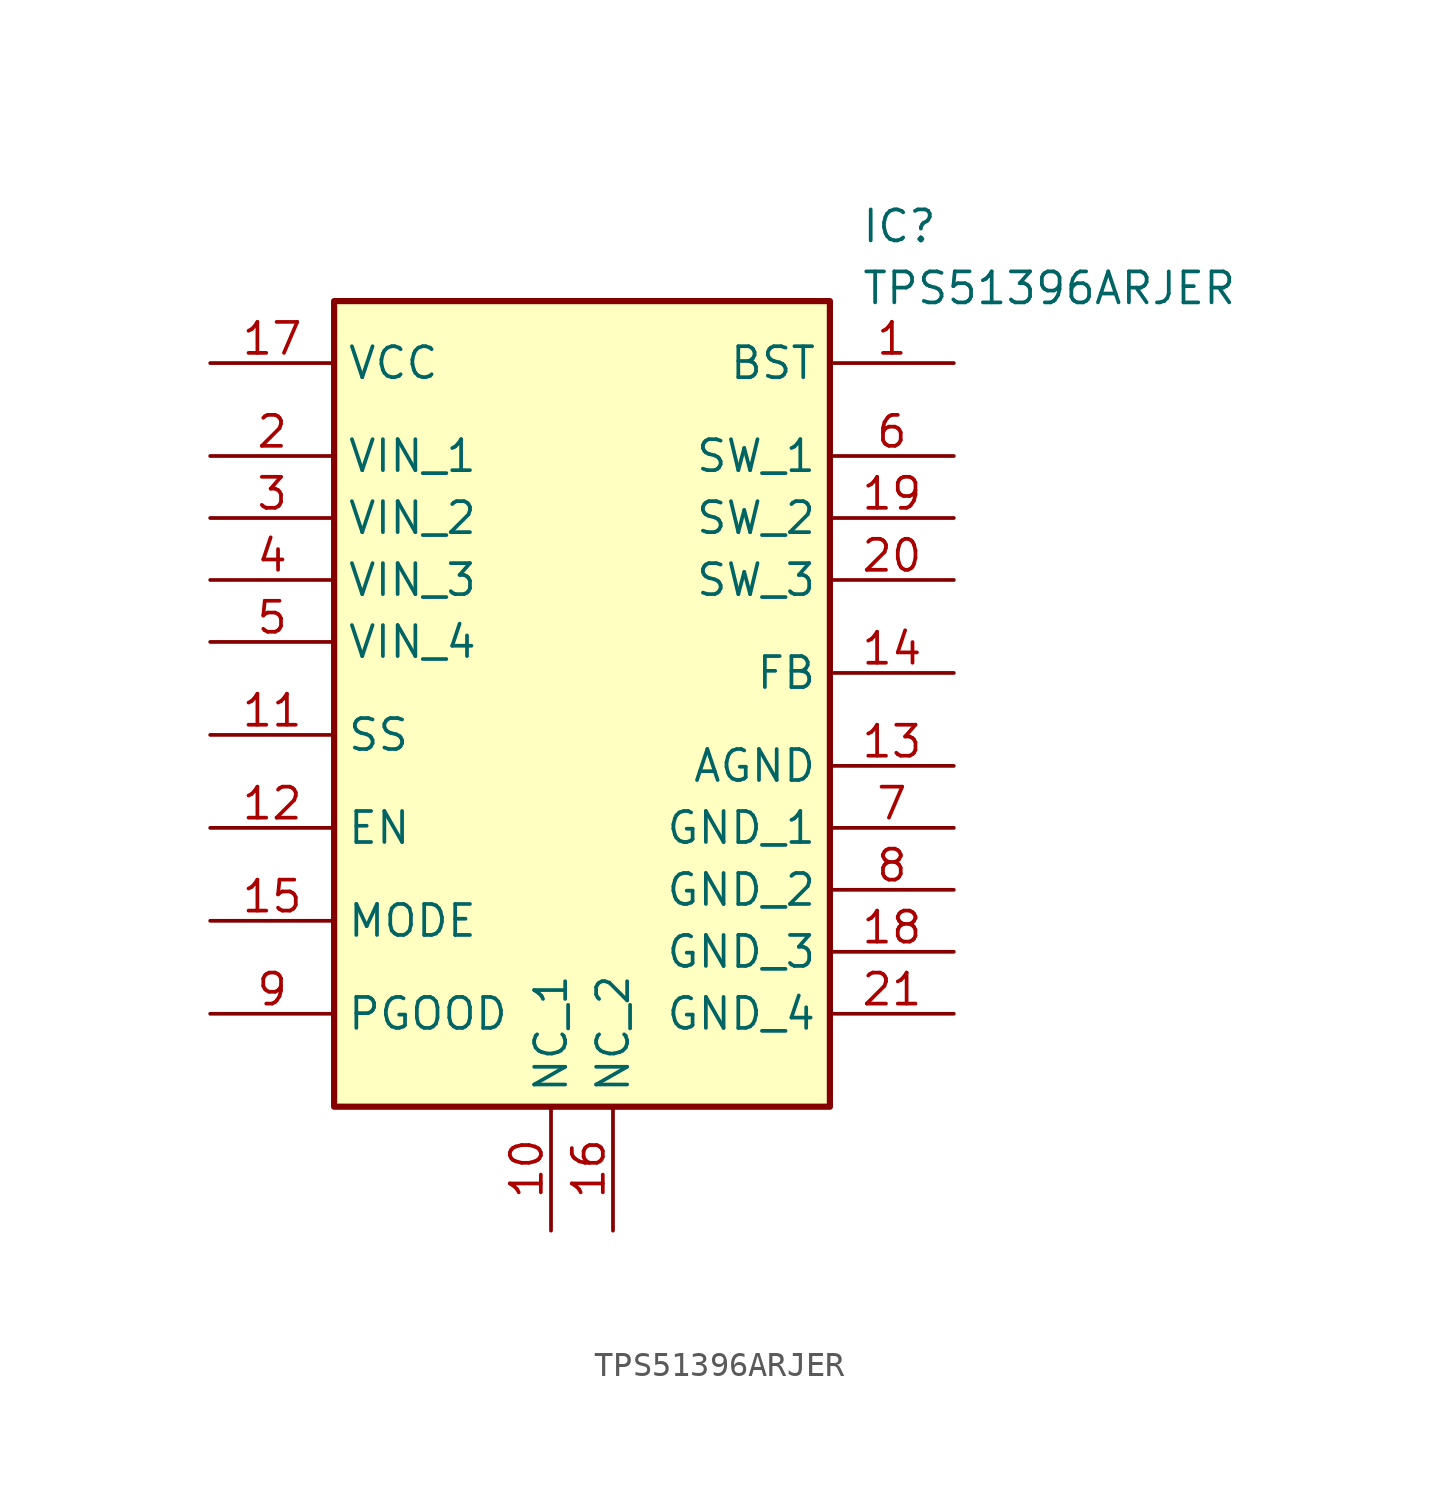
<source format=kicad_sym>
(kicad_symbol_lib
  (version 20220914)
  (generator kicad_symbol_editor)
  (symbol "TPS51396ARJER"
    (property "Reference" "IC"
      (at 26.67 7.62 0)
      (effects (font (size 1.27 1.27)) (justify left top)))
    (property "Value" "TPS51396ARJER"
      (at 26.67 5.08 0)
      (effects (font (size 1.27 1.27)) (justify left top)))
    (symbol "TPS51396ARJER_1_1"
      (rectangle (start 5.08 3.81) (end 25.4 -29.21) (stroke (width 0.254) (type default)) (fill (type background)))
      (pin passive line (at 30.48 1.27 180) (length 5.08) (name "BST" (effects (font (size 1.27 1.27)))) (number "1" (effects (font (size 1.27 1.27)))))
      (pin passive line (at 13.97 -34.29 90) (length 5.08) (name "NC_1" (effects (font (size 1.27 1.27)))) (number "10" (effects (font (size 1.27 1.27)))))
      (pin passive line (at 0 -13.97 0) (length 5.08) (name "SS" (effects (font (size 1.27 1.27)))) (number "11" (effects (font (size 1.27 1.27)))))
      (pin passive line (at 0 -17.78 0) (length 5.08) (name "EN" (effects (font (size 1.27 1.27)))) (number "12" (effects (font (size 1.27 1.27)))))
      (pin passive line (at 30.48 -15.24 180) (length 5.08) (name "AGND" (effects (font (size 1.27 1.27)))) (number "13" (effects (font (size 1.27 1.27)))))
      (pin passive line (at 30.48 -11.43 180) (length 5.08) (name "FB" (effects (font (size 1.27 1.27)))) (number "14" (effects (font (size 1.27 1.27)))))
      (pin passive line (at 0 -21.59 0) (length 5.08) (name "MODE" (effects (font (size 1.27 1.27)))) (number "15" (effects (font (size 1.27 1.27)))))
      (pin passive line (at 16.51 -34.29 90) (length 5.08) (name "NC_2" (effects (font (size 1.27 1.27)))) (number "16" (effects (font (size 1.27 1.27)))))
      (pin passive line (at 0 1.27 0) (length 5.08) (name "VCC" (effects (font (size 1.27 1.27)))) (number "17" (effects (font (size 1.27 1.27)))))
      (pin passive line (at 30.48 -22.86 180) (length 5.08) (name "GND_3" (effects (font (size 1.27 1.27)))) (number "18" (effects (font (size 1.27 1.27)))))
      (pin passive line (at 30.48 -5.08 180) (length 5.08) (name "SW_2" (effects (font (size 1.27 1.27)))) (number "19" (effects (font (size 1.27 1.27)))))
      (pin passive line (at 0 -2.54 0) (length 5.08) (name "VIN_1" (effects (font (size 1.27 1.27)))) (number "2" (effects (font (size 1.27 1.27)))))
      (pin passive line (at 30.48 -7.62 180) (length 5.08) (name "SW_3" (effects (font (size 1.27 1.27)))) (number "20" (effects (font (size 1.27 1.27)))))
      (pin passive line (at 30.48 -25.4 180) (length 5.08) (name "GND_4" (effects (font (size 1.27 1.27)))) (number "21" (effects (font (size 1.27 1.27)))))
      (pin passive line (at 0 -5.08 0) (length 5.08) (name "VIN_2" (effects (font (size 1.27 1.27)))) (number "3" (effects (font (size 1.27 1.27)))))
      (pin passive line (at 0 -7.62 0) (length 5.08) (name "VIN_3" (effects (font (size 1.27 1.27)))) (number "4" (effects (font (size 1.27 1.27)))))
      (pin passive line (at 0 -10.16 0) (length 5.08) (name "VIN_4" (effects (font (size 1.27 1.27)))) (number "5" (effects (font (size 1.27 1.27)))))
      (pin passive line (at 30.48 -2.54 180) (length 5.08) (name "SW_1" (effects (font (size 1.27 1.27)))) (number "6" (effects (font (size 1.27 1.27)))))
      (pin passive line (at 30.48 -17.78 180) (length 5.08) (name "GND_1" (effects (font (size 1.27 1.27)))) (number "7" (effects (font (size 1.27 1.27)))))
      (pin passive line (at 30.48 -20.32 180) (length 5.08) (name "GND_2" (effects (font (size 1.27 1.27)))) (number "8" (effects (font (size 1.27 1.27)))))
      (pin passive line (at 0 -25.4 0) (length 5.08) (name "PGOOD" (effects (font (size 1.27 1.27)))) (number "9" (effects (font (size 1.27 1.27))))))))
</source>
